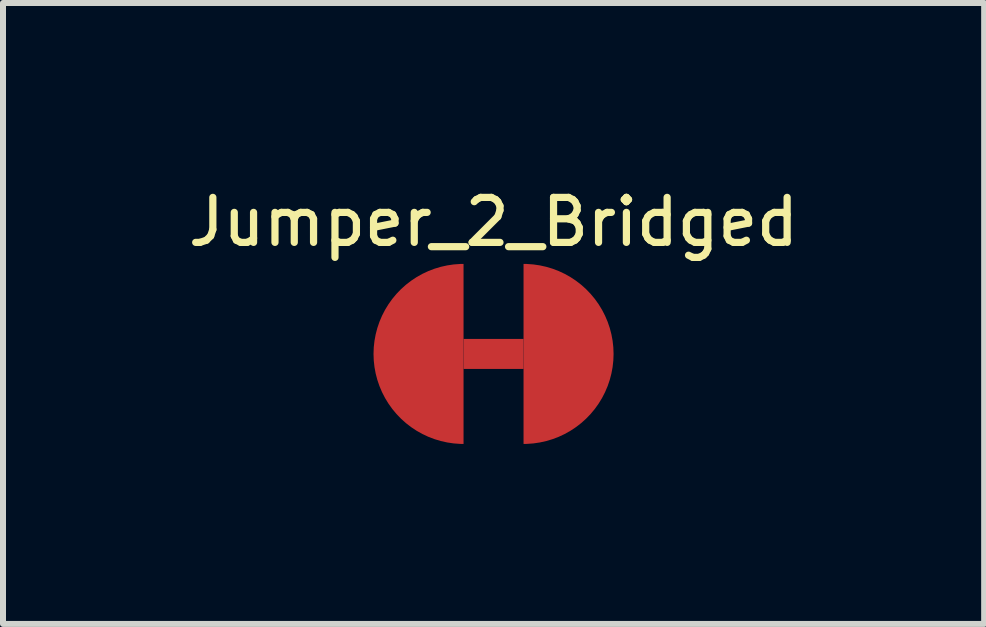
<source format=kicad_pcb>
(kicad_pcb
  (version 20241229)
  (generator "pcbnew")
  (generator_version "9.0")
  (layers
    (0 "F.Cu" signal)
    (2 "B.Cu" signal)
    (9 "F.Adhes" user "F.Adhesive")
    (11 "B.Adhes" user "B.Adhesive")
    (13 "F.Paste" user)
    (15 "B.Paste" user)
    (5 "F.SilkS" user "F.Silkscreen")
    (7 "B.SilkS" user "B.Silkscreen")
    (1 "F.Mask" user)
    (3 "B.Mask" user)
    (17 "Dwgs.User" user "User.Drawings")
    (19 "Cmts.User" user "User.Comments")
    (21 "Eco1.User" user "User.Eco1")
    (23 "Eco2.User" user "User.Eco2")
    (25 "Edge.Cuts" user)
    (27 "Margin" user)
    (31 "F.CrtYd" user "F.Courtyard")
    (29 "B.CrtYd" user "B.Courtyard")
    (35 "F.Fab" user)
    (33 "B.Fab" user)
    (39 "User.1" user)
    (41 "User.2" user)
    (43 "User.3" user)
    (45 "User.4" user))
  (footprint "Jumper_2_Bridged"
    (layer "F.Cu")
    (at 5.176 2.849)
    (property "Reference" "Jumper_2_Bridged" (at 0 -2.2 0) (unlocked yes) (layer "F.SilkS") (effects (font (size 0.75 0.75) (thickness 0.12))))
    (attr smd)
    (fp_rect (start -0.5 -0.25) (end 0.5 0.25) (stroke (width 0) (type solid)) (fill yes) (layer "F.Cu"))
    (pad "1" smd custom (at -1.25 0) (size 1 1) (layers "F.Cu" "F.Mask" "F.Paste") (options (anchor circle)) (primitives (gr_poly (pts (arc (start 0.75 -1.5) (mid -0.75 0) (end 0.75 1.5))) (width 0) (fill yes))))
    (pad "2" smd custom (at 1.25 0 180) (size 1 1) (layers "F.Cu" "F.Mask" "F.Paste") (options (anchor circle)) (primitives (gr_poly (pts (arc (start 0.75 -1.5) (mid -0.75 0) (end 0.75 1.5))) (width 0) (fill yes)))))
  (gr_rect
    (start -3 -3)
    (end 13.353 7.349)
    (stroke (width 0.1) (type default))
    (fill no)
    (layer "Edge.Cuts")))
</source>
